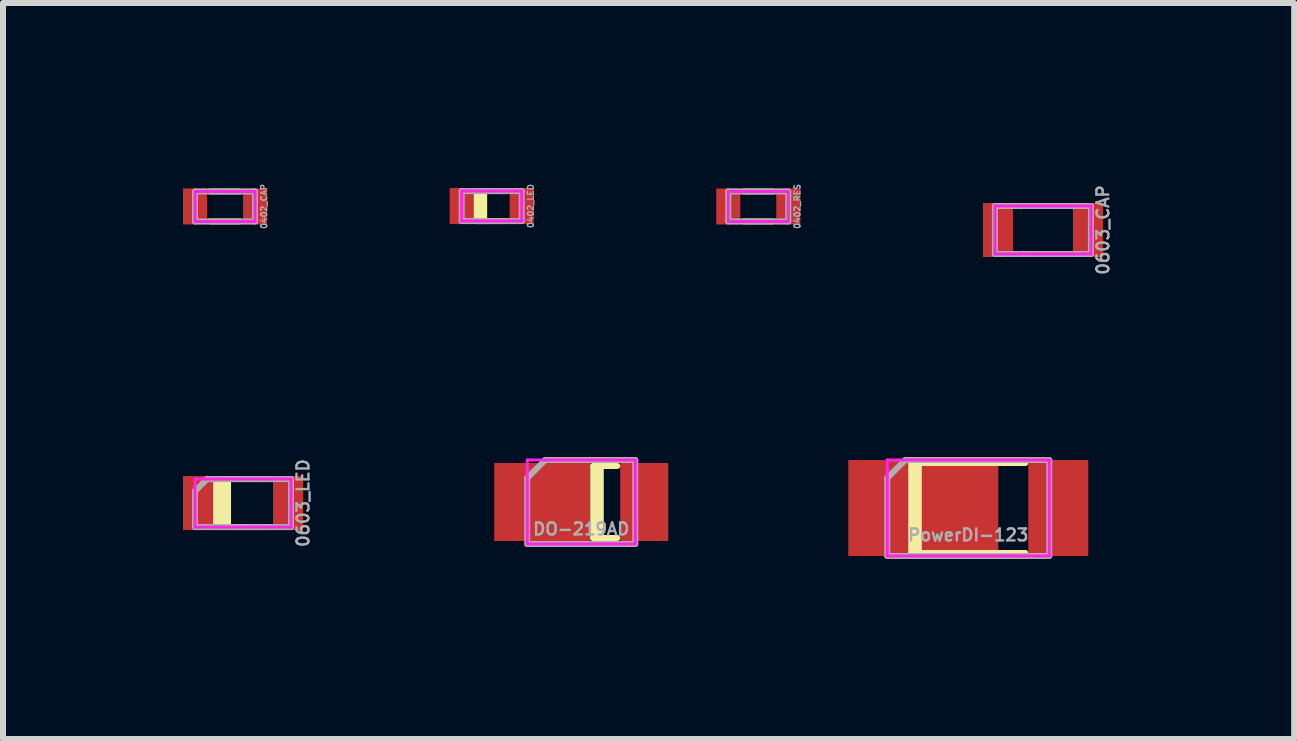
<source format=kicad_pcb>
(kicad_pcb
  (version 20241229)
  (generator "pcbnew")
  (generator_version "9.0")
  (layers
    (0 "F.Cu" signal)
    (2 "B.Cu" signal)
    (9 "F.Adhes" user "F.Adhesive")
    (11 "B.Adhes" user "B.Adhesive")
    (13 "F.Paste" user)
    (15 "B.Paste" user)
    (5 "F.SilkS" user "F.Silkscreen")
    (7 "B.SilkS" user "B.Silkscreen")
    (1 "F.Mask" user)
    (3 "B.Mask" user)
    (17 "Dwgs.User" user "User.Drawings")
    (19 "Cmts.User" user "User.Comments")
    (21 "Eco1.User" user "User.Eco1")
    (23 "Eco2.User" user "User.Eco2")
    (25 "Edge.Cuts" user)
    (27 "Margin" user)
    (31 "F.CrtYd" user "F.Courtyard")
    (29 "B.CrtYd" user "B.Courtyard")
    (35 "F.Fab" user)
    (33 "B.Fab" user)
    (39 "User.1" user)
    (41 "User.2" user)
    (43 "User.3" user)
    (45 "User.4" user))
  (footprint "0402_LED"
    (layer "F.Cu")
    (at 5.144 0.384)
    (property "Reference" "0402_LED" (at 0.65 0 90) (layer "F.Fab") (effects (font (size 0.1 0.1) (thickness 0.02))))
    (attr smd)
    (fp_line (start -0.25 -0.25) (end 0.25 -0.25) (stroke (width 0.1) (type solid)) (layer "F.SilkS"))
    (fp_line (start 0.25 0.25) (end -0.25 0.25) (stroke (width 0.1) (type solid)) (layer "F.SilkS"))
    (fp_poly (pts (xy -0.125 0.25) (xy -0.25 0.25) (xy -0.25 -0.25) (xy -0.125 -0.25)) (stroke (width 0.1) (type solid)) (fill yes) (layer "F.SilkS"))
    (fp_line (start -0.5 -0.25) (end 0.5 -0.25) (stroke (width 0.05) (type solid)) (layer "F.CrtYd"))
    (fp_line (start -0.5 0.25) (end -0.5 -0.25) (stroke (width 0.05) (type solid)) (layer "F.CrtYd"))
    (fp_line (start 0.5 -0.25) (end 0.5 0.25) (stroke (width 0.05) (type solid)) (layer "F.CrtYd"))
    (fp_line (start 0.5 0.25) (end -0.5 0.25) (stroke (width 0.05) (type solid)) (layer "F.CrtYd"))
    (fp_line (start -0.5 -0.25) (end 0.5 -0.25) (stroke (width 0.1) (type solid)) (layer "F.Fab"))
    (fp_line (start -0.5 0.25) (end -0.5 -0.25) (stroke (width 0.1) (type solid)) (layer "F.Fab"))
    (fp_line (start 0.5 -0.25) (end 0.5 0.25) (stroke (width 0.1) (type solid)) (layer "F.Fab"))
    (fp_line (start 0.5 0.25) (end -0.5 0.25) (stroke (width 0.1) (type solid)) (layer "F.Fab"))
    (pad "1" smd rect (at -0.5 0) (size 0.4 0.6) (layers "F.Cu" "F.Mask" "F.Paste"))
    (pad "2" smd rect (at 0.5 0) (size 0.4 0.6) (layers "F.Cu" "F.Mask" "F.Paste")))
  (footprint "0402_RES"
    (layer "F.Cu")
    (at 9.587 0.391)
    (property "Reference" "0402_RES" (at 0.65 0 90) (layer "F.Fab") (effects (font (size 0.1 0.1) (thickness 0.02))))
    (attr smd)
    (fp_line (start -0.25 -0.25) (end 0.25 -0.25) (stroke (width 0.1) (type solid)) (layer "F.SilkS"))
    (fp_line (start 0.25 0.25) (end -0.25 0.25) (stroke (width 0.1) (type solid)) (layer "F.SilkS"))
    (fp_line (start -0.5 -0.25) (end 0.5 -0.25) (stroke (width 0.05) (type solid)) (layer "F.CrtYd"))
    (fp_line (start -0.5 0.25) (end -0.5 -0.25) (stroke (width 0.05) (type solid)) (layer "F.CrtYd"))
    (fp_line (start 0.5 -0.25) (end 0.5 0.25) (stroke (width 0.05) (type solid)) (layer "F.CrtYd"))
    (fp_line (start 0.5 0.25) (end -0.5 0.25) (stroke (width 0.05) (type solid)) (layer "F.CrtYd"))
    (fp_line (start -0.5 -0.25) (end 0.5 -0.25) (stroke (width 0.1) (type solid)) (layer "F.Fab"))
    (fp_line (start -0.5 0.25) (end -0.5 -0.25) (stroke (width 0.1) (type solid)) (layer "F.Fab"))
    (fp_line (start 0.5 -0.25) (end 0.5 0.25) (stroke (width 0.1) (type solid)) (layer "F.Fab"))
    (fp_line (start 0.5 0.25) (end -0.5 0.25) (stroke (width 0.1) (type solid)) (layer "F.Fab"))
    (pad "1" smd rect (at -0.5 0) (size 0.4 0.6) (layers "F.Cu" "F.Mask" "F.Paste"))
    (pad "2" smd rect (at 0.5 0) (size 0.4 0.6) (layers "F.Cu" "F.Mask" "F.Paste")))
  (footprint "0402_CAP"
    (layer "F.Cu")
    (at 0.7 0.391)
    (property "Reference" "0402_CAP" (at 0.65 0 90) (layer "F.Fab") (effects (font (size 0.1 0.1) (thickness 0.02))))
    (attr smd)
    (fp_line (start -0.25 -0.25) (end 0.25 -0.25) (stroke (width 0.1) (type solid)) (layer "F.SilkS"))
    (fp_line (start 0.25 0.25) (end -0.25 0.25) (stroke (width 0.1) (type solid)) (layer "F.SilkS"))
    (fp_line (start -0.5 -0.25) (end 0.5 -0.25) (stroke (width 0.05) (type solid)) (layer "F.CrtYd"))
    (fp_line (start -0.5 0.25) (end -0.5 -0.25) (stroke (width 0.05) (type solid)) (layer "F.CrtYd"))
    (fp_line (start 0.5 -0.25) (end 0.5 0.25) (stroke (width 0.05) (type solid)) (layer "F.CrtYd"))
    (fp_line (start 0.5 0.25) (end -0.5 0.25) (stroke (width 0.05) (type solid)) (layer "F.CrtYd"))
    (fp_line (start -0.5 -0.25) (end 0.5 -0.25) (stroke (width 0.1) (type solid)) (layer "F.Fab"))
    (fp_line (start -0.5 0.25) (end -0.5 -0.25) (stroke (width 0.1) (type solid)) (layer "F.Fab"))
    (fp_line (start 0.5 -0.25) (end 0.5 0.25) (stroke (width 0.1) (type solid)) (layer "F.Fab"))
    (fp_line (start 0.5 0.25) (end -0.5 0.25) (stroke (width 0.1) (type solid)) (layer "F.Fab"))
    (pad "1" smd rect (at -0.5 0) (size 0.4 0.6) (layers "F.Cu" "F.Mask" "F.Paste"))
    (pad "2" smd rect (at 0.5 0) (size 0.4 0.6) (layers "F.Cu" "F.Mask" "F.Paste")))
  (footprint "DO-219AD"
    (layer "F.Cu")
    (at 6.637 5.316)
    (property "Reference" "DO-219AD" (at 0 0.45 180) (layer "F.Fab") (effects (font (size 0.2 0.2) (thickness 0.04))))
    (attr smd)
    (fp_line (start 0.2 -0.6) (end 0.6 -0.6) (stroke (width 0.1) (type solid)) (layer "F.SilkS"))
    (fp_line (start 0.6 0.6) (end 0.2 0.6) (stroke (width 0.1) (type solid)) (layer "F.SilkS"))
    (fp_poly (pts (xy 0.325 0.6) (xy 0.2 0.6) (xy 0.2 -0.6) (xy 0.325 -0.6)) (stroke (width 0.1) (type solid)) (fill yes) (layer "F.SilkS"))
    (fp_line (start -0.9 -0.7) (end 0.9 -0.7) (stroke (width 0.05) (type solid)) (layer "F.CrtYd"))
    (fp_line (start -0.9 0.7) (end -0.9 -0.7) (stroke (width 0.05) (type solid)) (layer "F.CrtYd"))
    (fp_line (start 0.9 -0.7) (end 0.9 0.7) (stroke (width 0.05) (type solid)) (layer "F.CrtYd"))
    (fp_line (start 0.9 0.7) (end -0.9 0.7) (stroke (width 0.05) (type solid)) (layer "F.CrtYd"))
    (fp_line (start -0.9 -0.4) (end -0.6 -0.7) (stroke (width 0.1) (type solid)) (layer "F.Fab"))
    (fp_line (start -0.9 0.7) (end -0.9 -0.4) (stroke (width 0.1) (type solid)) (layer "F.Fab"))
    (fp_line (start -0.6 -0.7) (end 0.9 -0.7) (stroke (width 0.1) (type solid)) (layer "F.Fab"))
    (fp_line (start 0.9 -0.7) (end 0.9 0.7) (stroke (width 0.1) (type solid)) (layer "F.Fab"))
    (fp_line (start 0.9 0.7) (end -0.9 0.7) (stroke (width 0.1) (type solid)) (layer "F.Fab"))
    (pad "1" smd rect (at -0.65 0) (size 1.6 1.3) (layers "F.Cu" "F.Mask" "F.Paste"))
    (pad "2" smd rect (at 1.05 0) (size 0.8 1.3) (layers "F.Cu" "F.Mask" "F.Paste")))
  (footprint "PowerDI-123"
    (layer "F.Cu")
    (at 13.087 5.416)
    (property "Reference" "PowerDI-123" (at 0 0.45 180) (layer "F.Fab") (effects (font (size 0.2 0.2) (thickness 0.04))))
    (attr smd)
    (fp_line (start -0.95 -0.75) (end 0.95 -0.75) (stroke (width 0.1) (type solid)) (layer "F.SilkS"))
    (fp_line (start 0.95 0.75) (end -0.95 0.75) (stroke (width 0.1) (type solid)) (layer "F.SilkS"))
    (fp_poly (pts (xy -0.825 0.75) (xy -0.95 0.75) (xy -0.95 -0.75) (xy -0.825 -0.75)) (stroke (width 0.1) (type solid)) (fill yes) (layer "F.SilkS"))
    (fp_line (start -1.35 -0.8) (end 1.35 -0.8) (stroke (width 0.05) (type solid)) (layer "F.CrtYd"))
    (fp_line (start -1.35 0.8) (end -1.35 -0.8) (stroke (width 0.05) (type solid)) (layer "F.CrtYd"))
    (fp_line (start 1.35 -0.8) (end 1.35 0.8) (stroke (width 0.05) (type solid)) (layer "F.CrtYd"))
    (fp_line (start 1.35 0.8) (end -1.35 0.8) (stroke (width 0.05) (type solid)) (layer "F.CrtYd"))
    (fp_line (start -1.35 -0.5) (end -1.05 -0.8) (stroke (width 0.1) (type solid)) (layer "F.Fab"))
    (fp_line (start -1.35 0.8) (end -1.35 -0.5) (stroke (width 0.1) (type solid)) (layer "F.Fab"))
    (fp_line (start -1.05 -0.8) (end 1.35 -0.8) (stroke (width 0.1) (type solid)) (layer "F.Fab"))
    (fp_line (start 1.35 -0.8) (end 1.35 0.8) (stroke (width 0.1) (type solid)) (layer "F.Fab"))
    (fp_line (start 1.35 0.8) (end -1.35 0.8) (stroke (width 0.1) (type solid)) (layer "F.Fab"))
    (pad "1" smd rect (at -0.75 0 180) (size 2.5 1.6) (layers "F.Cu" "F.Mask" "F.Paste"))
    (pad "2" smd rect (at 1.5 0) (size 1 1.6) (layers "F.Cu" "F.Mask" "F.Paste")))
  (footprint "0603_CAP"
    (layer "F.Cu")
    (at 14.331 0.783)
    (property "Reference" "0603_CAP" (at 1 0 90) (layer "F.Fab") (effects (font (size 0.2 0.2) (thickness 0.04))))
    (attr smd)
    (fp_line (start -0.45 -0.4) (end 0.45 -0.4) (stroke (width 0.1) (type solid)) (layer "F.SilkS"))
    (fp_line (start 0.45 0.4) (end -0.45 0.4) (stroke (width 0.1) (type solid)) (layer "F.SilkS"))
    (fp_line (start -0.8 -0.4) (end 0.8 -0.4) (stroke (width 0.05) (type solid)) (layer "F.CrtYd"))
    (fp_line (start -0.8 0.4) (end -0.8 -0.4) (stroke (width 0.05) (type solid)) (layer "F.CrtYd"))
    (fp_line (start 0.8 -0.4) (end 0.8 0.4) (stroke (width 0.05) (type solid)) (layer "F.CrtYd"))
    (fp_line (start 0.8 0.4) (end -0.8 0.4) (stroke (width 0.05) (type solid)) (layer "F.CrtYd"))
    (fp_line (start -0.8 -0.4) (end 0.8 -0.4) (stroke (width 0.1) (type solid)) (layer "F.Fab"))
    (fp_line (start -0.8 0.4) (end -0.8 -0.4) (stroke (width 0.1) (type solid)) (layer "F.Fab"))
    (fp_line (start 0.8 -0.4) (end 0.8 0.4) (stroke (width 0.1) (type solid)) (layer "F.Fab"))
    (fp_line (start 0.8 0.4) (end -0.8 0.4) (stroke (width 0.1) (type solid)) (layer "F.Fab"))
    (pad "1" smd rect (at -0.75 0) (size 0.5 0.9) (layers "F.Cu" "F.Mask" "F.Paste"))
    (pad "2" smd rect (at 0.75 0) (size 0.5 0.9) (layers "F.Cu" "F.Mask" "F.Paste")))
  (footprint "0603_LED"
    (layer "F.Cu")
    (at 1 5.334)
    (property "Reference" "0603_LED" (at 1 0 90) (layer "F.Fab") (effects (font (size 0.2 0.2) (thickness 0.04))))
    (attr smd)
    (fp_line (start -0.45 -0.4) (end -0.45 0.4) (stroke (width 0.1) (type solid)) (layer "F.SilkS"))
    (fp_line (start -0.45 -0.4) (end 0.45 -0.4) (stroke (width 0.1) (type solid)) (layer "F.SilkS"))
    (fp_line (start -0.35 -0.4) (end -0.35 0.4) (stroke (width 0.1) (type solid)) (layer "F.SilkS"))
    (fp_line (start -0.25 -0.4) (end -0.25 0.4) (stroke (width 0.1) (type solid)) (layer "F.SilkS"))
    (fp_line (start 0.45 0.4) (end -0.45 0.4) (stroke (width 0.1) (type solid)) (layer "F.SilkS"))
    (fp_line (start -0.8 -0.4) (end 0.8 -0.4) (stroke (width 0.05) (type solid)) (layer "F.CrtYd"))
    (fp_line (start -0.8 0.4) (end -0.8 -0.4) (stroke (width 0.05) (type solid)) (layer "F.CrtYd"))
    (fp_line (start 0.8 -0.4) (end 0.8 0.4) (stroke (width 0.05) (type solid)) (layer "F.CrtYd"))
    (fp_line (start 0.8 0.4) (end -0.8 0.4) (stroke (width 0.05) (type solid)) (layer "F.CrtYd"))
    (fp_line (start -0.8 -0.2) (end -0.6 -0.4) (stroke (width 0.1) (type solid)) (layer "F.Fab"))
    (fp_line (start -0.8 0.4) (end -0.8 -0.2) (stroke (width 0.1) (type solid)) (layer "F.Fab"))
    (fp_line (start -0.6 -0.4) (end 0.8 -0.4) (stroke (width 0.1) (type solid)) (layer "F.Fab"))
    (fp_line (start 0.8 -0.4) (end 0.8 0.4) (stroke (width 0.1) (type solid)) (layer "F.Fab"))
    (fp_line (start 0.8 0.4) (end -0.8 0.4) (stroke (width 0.1) (type solid)) (layer "F.Fab"))
    (pad "1" smd rect (at -0.75 0) (size 0.5 0.9) (layers "F.Cu" "F.Mask" "F.Paste"))
    (pad "2" smd rect (at 0.75 0) (size 0.5 0.9) (layers "F.Cu" "F.Mask" "F.Paste")))
  (gr_rect
    (start -3 -3)
    (end 18.518 9.266)
    (stroke (width 0.1) (type default))
    (fill no)
    (layer "Edge.Cuts")))
</source>
